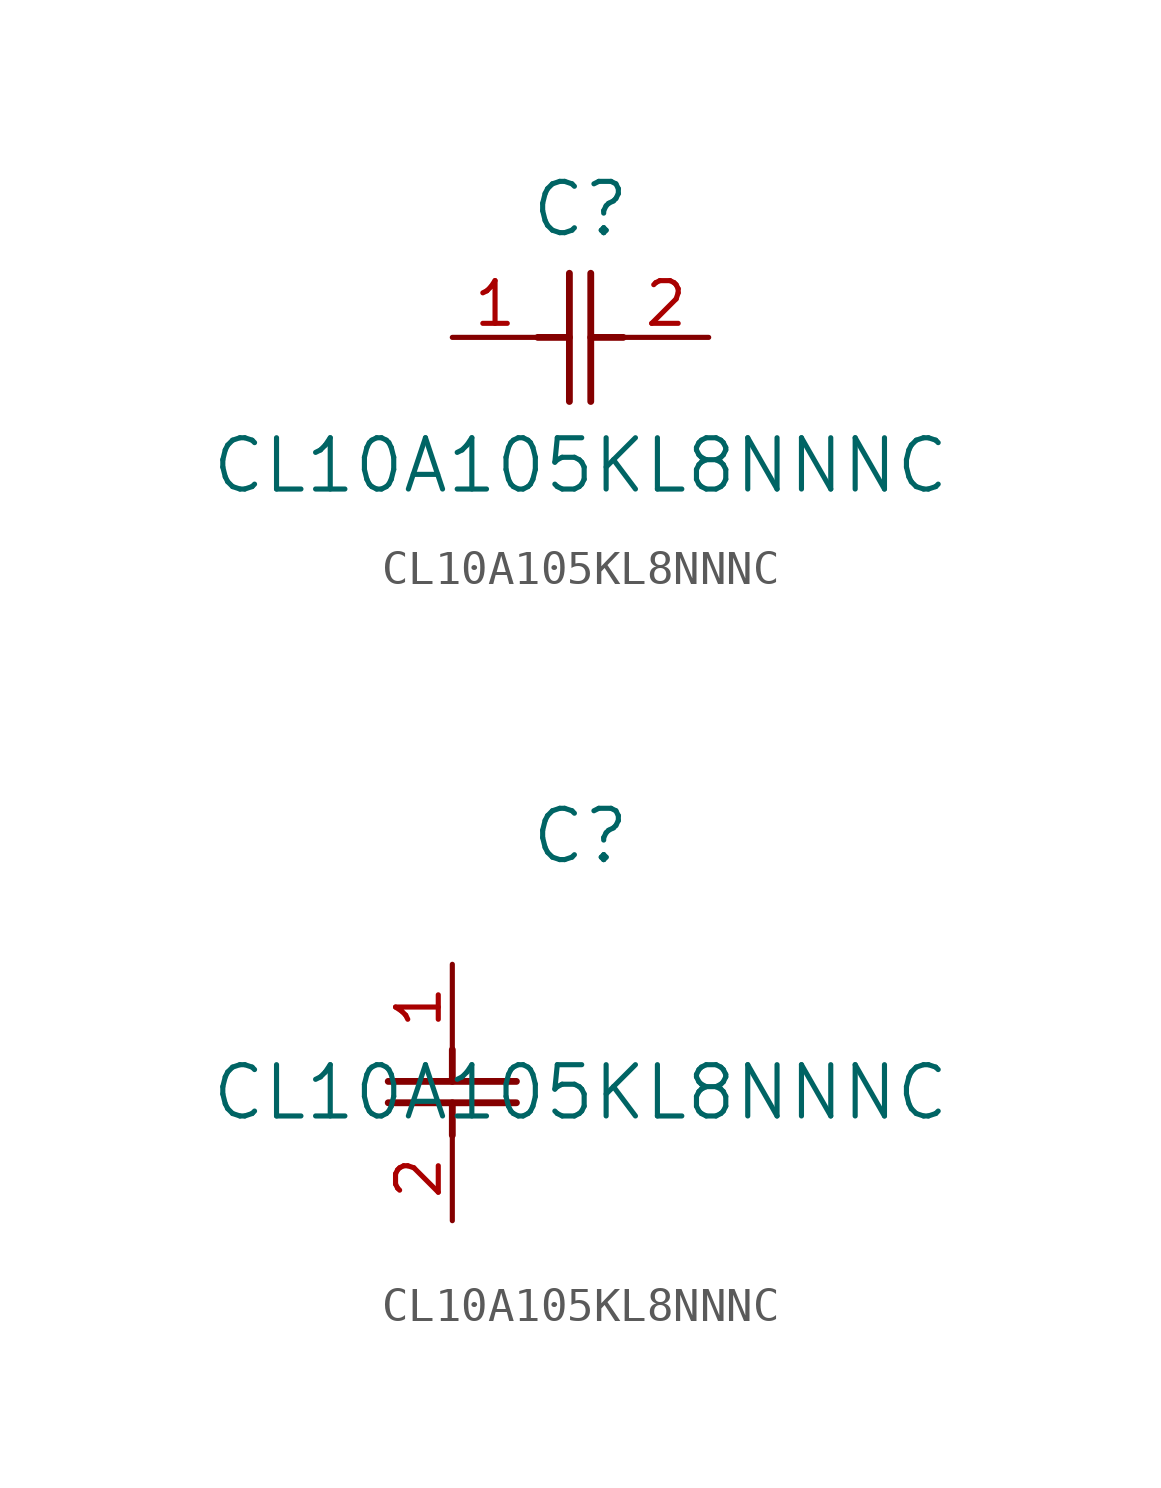
<source format=kicad_sym>
(kicad_symbol_lib
  (version 20211014)
  (generator kicad_symbol_editor)
  (symbol "CL10A105KL8NNNC"
    (pin_names
      (offset 0.254))
    (property "Reference" "C"
      (at 3.81 3.81 0)
      (effects (font (size 1.524 1.524))))
    (property "Value" "CL10A105KL8NNNC"
      (at 3.81 -3.81 0)
      (effects (font (size 1.524 1.524))))
    (symbol "CL10A105KL8NNNC_1_1"
      (polyline (pts (xy 3.48 -1.905) (xy 3.48 1.905)) (stroke (width 0.203) (type default) (color 0 0 0 0)) (fill (type none)))
      (polyline (pts (xy 4.115 -1.905) (xy 4.115 1.905)) (stroke (width 0.203) (type default) (color 0 0 0 0)) (fill (type none)))
      (polyline (pts (xy 4.115 0) (xy 5.08 0)) (stroke (width 0.203) (type default) (color 0 0 0 0)) (fill (type none)))
      (polyline (pts (xy 2.54 0) (xy 3.48 0)) (stroke (width 0.203) (type default) (color 0 0 0 0)) (fill (type none)))
      (pin unspecified line (at 0 0 0) (length 2.54) (name "" (effects (font (size 1.27 1.27)))) (number "1" (effects (font (size 1.27 1.27)))))
      (pin unspecified line (at 7.62 0 180) (length 2.54) (name "" (effects (font (size 1.27 1.27)))) (number "2" (effects (font (size 1.27 1.27))))))
    (symbol "CL10A105KL8NNNC_1_2"
      (polyline (pts (xy -1.905 -3.48) (xy 1.905 -3.48)) (stroke (width 0.203) (type default) (color 0 0 0 0)) (fill (type none)))
      (polyline (pts (xy -1.905 -4.115) (xy 1.905 -4.115)) (stroke (width 0.203) (type default) (color 0 0 0 0)) (fill (type none)))
      (polyline (pts (xy 0 -4.115) (xy 0 -5.08)) (stroke (width 0.203) (type default) (color 0 0 0 0)) (fill (type none)))
      (polyline (pts (xy 0 -2.54) (xy 0 -3.48)) (stroke (width 0.203) (type default) (color 0 0 0 0)) (fill (type none)))
      (pin unspecified line (at 0 0 270) (length 2.54) (name "" (effects (font (size 1.27 1.27)))) (number "1" (effects (font (size 1.27 1.27)))))
      (pin unspecified line (at 0 -7.62 90) (length 2.54) (name "" (effects (font (size 1.27 1.27)))) (number "2" (effects (font (size 1.27 1.27))))))))
</source>
